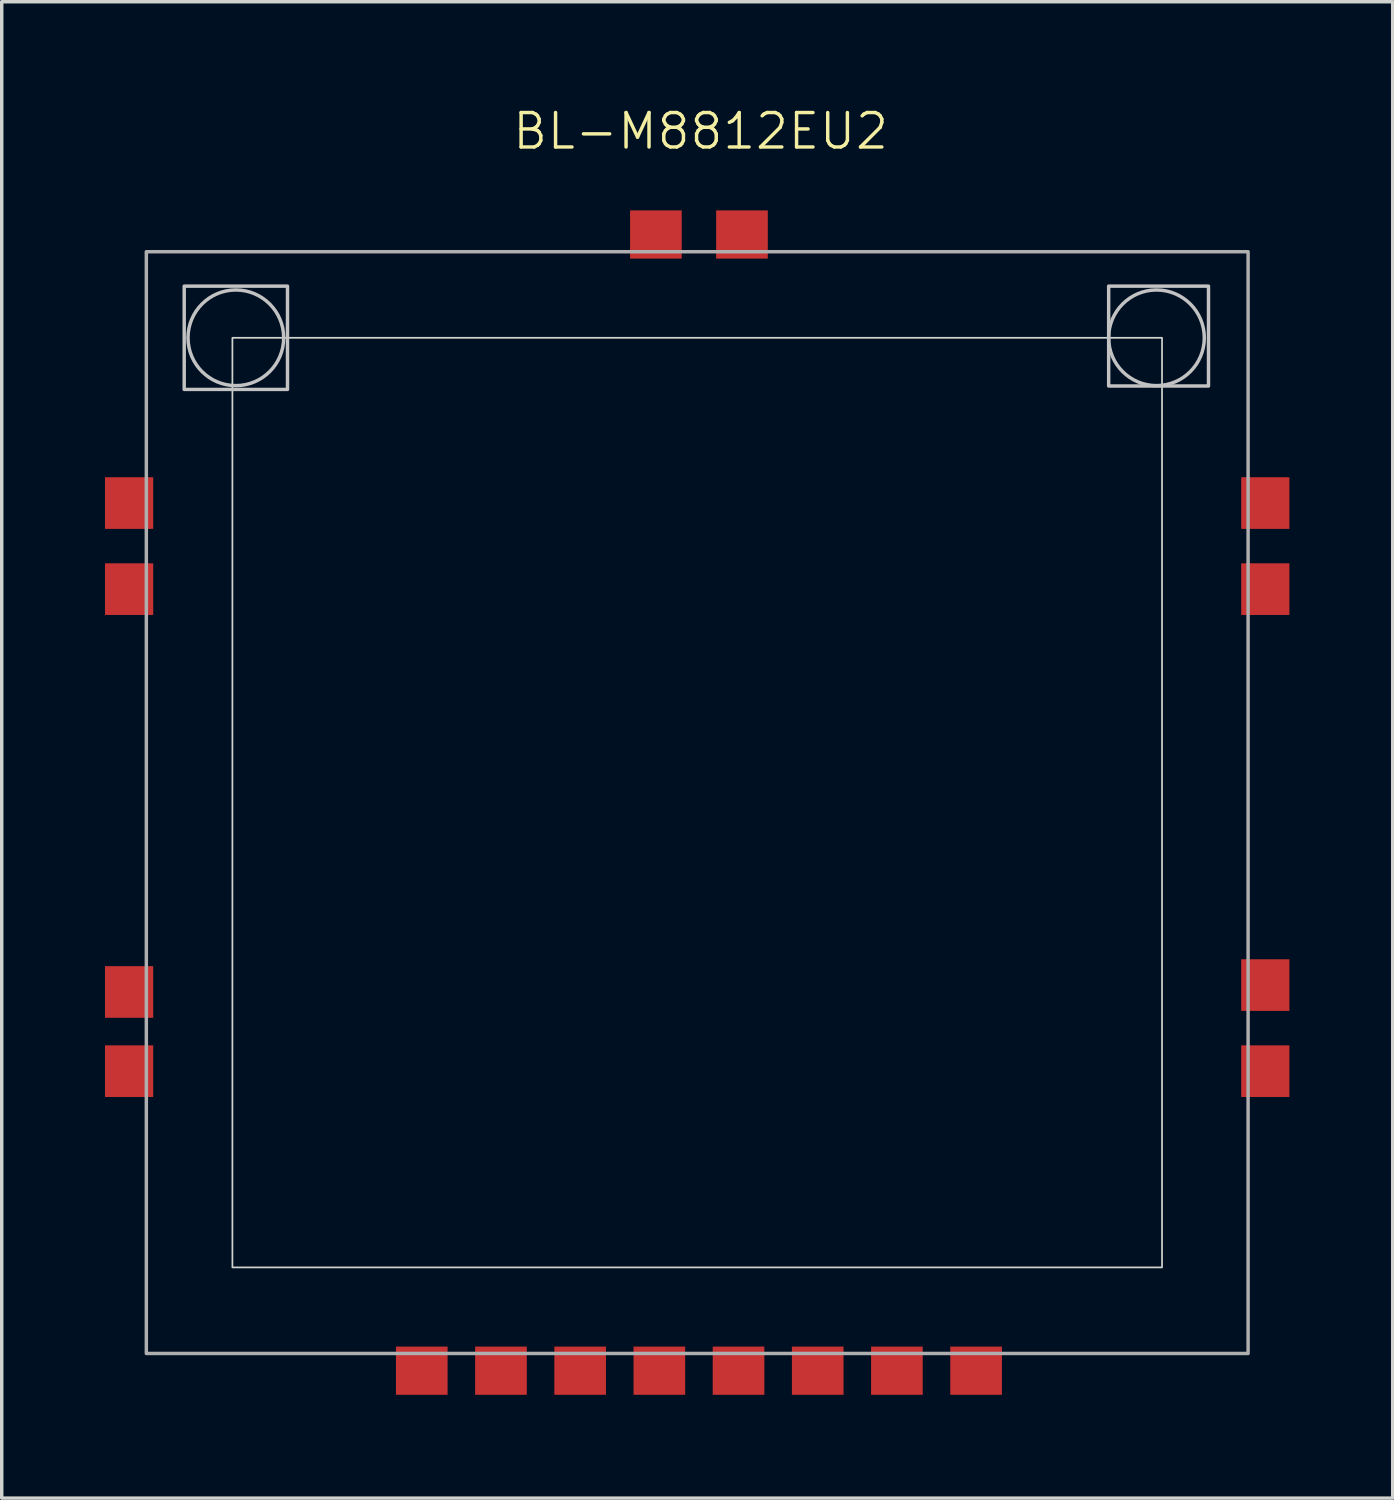
<source format=kicad_pcb>
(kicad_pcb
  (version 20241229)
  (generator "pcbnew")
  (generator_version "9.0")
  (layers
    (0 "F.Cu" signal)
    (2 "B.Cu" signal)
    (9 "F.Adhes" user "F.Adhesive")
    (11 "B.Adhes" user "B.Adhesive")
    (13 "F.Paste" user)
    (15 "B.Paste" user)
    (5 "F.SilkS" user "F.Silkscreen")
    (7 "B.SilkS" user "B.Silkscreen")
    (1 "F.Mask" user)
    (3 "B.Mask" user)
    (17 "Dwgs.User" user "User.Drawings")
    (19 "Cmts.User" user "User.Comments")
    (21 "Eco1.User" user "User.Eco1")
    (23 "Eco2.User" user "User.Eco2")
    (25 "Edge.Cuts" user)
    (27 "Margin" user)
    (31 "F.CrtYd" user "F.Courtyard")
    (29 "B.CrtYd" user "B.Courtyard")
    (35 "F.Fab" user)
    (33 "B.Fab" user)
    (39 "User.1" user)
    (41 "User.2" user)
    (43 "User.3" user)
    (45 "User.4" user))
  (footprint "BL-M8812EU2"
    (layer "F.Cu")
    (at 1.2 4.261)
    (property "Reference" "BL-M8812EU2" (at 16.1 -3.5 0) (unlocked yes) (layer "F.SilkS") (effects (font (size 1 1) (thickness 0.1))))
    (attr smd)
    (fp_rect (start 1.1 1) (end 4.1 4) (stroke (width 0.1) (type default)) (fill no) (layer "Dwgs.User"))
    (fp_rect (start 27.95 1) (end 30.85 3.9) (stroke (width 0.1) (type default)) (fill no) (layer "Dwgs.User"))
    (fp_circle (center 2.6 2.5) (end 3.3 1.3) (stroke (width 0.1) (type default)) (fill no) (layer "Dwgs.User"))
    (fp_circle (center 29.339 2.5) (end 30.039 1.3) (stroke (width 0.1) (type default)) (fill no) (layer "Dwgs.User"))
    (fp_rect (start 2.5 2.5) (end 29.5 29.5) (stroke (width 0.05) (type default)) (fill no) (layer "Edge.Cuts"))
    (fp_rect (start 0 0) (end 32 32) (stroke (width 0.1) (type default)) (fill no) (layer "F.Fab"))
    (pad "1" smd rect (at 8 32.5 270) (size 1.4 1.5) (layers "F.Cu" "F.Mask" "F.Paste"))
    (pad "2" smd rect (at 10.3 32.5 270) (size 1.4 1.5) (layers "F.Cu" "F.Mask" "F.Paste"))
    (pad "3" smd rect (at 12.6 32.5 270) (size 1.4 1.5) (layers "F.Cu" "F.Mask" "F.Paste"))
    (pad "4" smd rect (at 14.9 32.5 270) (size 1.4 1.5) (layers "F.Cu" "F.Mask" "F.Paste"))
    (pad "5" smd rect (at 17.2 32.5 270) (size 1.4 1.5) (layers "F.Cu" "F.Mask" "F.Paste"))
    (pad "6" smd rect (at 19.5 32.5 270) (size 1.4 1.5) (layers "F.Cu" "F.Mask" "F.Paste"))
    (pad "7" smd rect (at 21.8 32.5 270) (size 1.4 1.5) (layers "F.Cu" "F.Mask" "F.Paste"))
    (pad "8" smd rect (at 24.1 32.5 270) (size 1.4 1.5) (layers "F.Cu" "F.Mask" "F.Paste"))
    (pad "9" smd rect (at 32.5 23.8 180) (size 1.4 1.5) (layers "F.Cu" "F.Mask" "F.Paste"))
    (pad "10" smd rect (at 32.5 21.3 180) (size 1.4 1.5) (layers "F.Cu" "F.Mask" "F.Paste"))
    (pad "11" smd rect (at 32.5 9.8 180) (size 1.4 1.5) (layers "F.Cu" "F.Mask" "F.Paste"))
    (pad "12" smd rect (at 32.5 7.3 180) (size 1.4 1.5) (layers "F.Cu" "F.Mask" "F.Paste"))
    (pad "13" smd rect (at 17.3 -0.5 90) (size 1.4 1.5) (layers "F.Cu" "F.Mask" "F.Paste"))
    (pad "14" smd rect (at 14.8 -0.5 90) (size 1.4 1.5) (layers "F.Cu" "F.Mask" "F.Paste"))
    (pad "15" smd rect (at -0.5 7.3) (size 1.4 1.5) (layers "F.Cu" "F.Mask" "F.Paste"))
    (pad "16" smd rect (at -0.5 9.8) (size 1.4 1.5) (layers "F.Cu" "F.Mask" "F.Paste"))
    (pad "17" smd rect (at -0.5 21.5) (size 1.4 1.5) (layers "F.Cu" "F.Mask" "F.Paste"))
    (pad "18" smd rect (at -0.5 23.8) (size 1.4 1.5) (layers "F.Cu" "F.Mask" "F.Paste")))
  (gr_rect
    (start -3 -3)
    (end 37.4 40.461)
    (stroke (width 0.1) (type default))
    (fill no)
    (layer "Edge.Cuts")))
</source>
